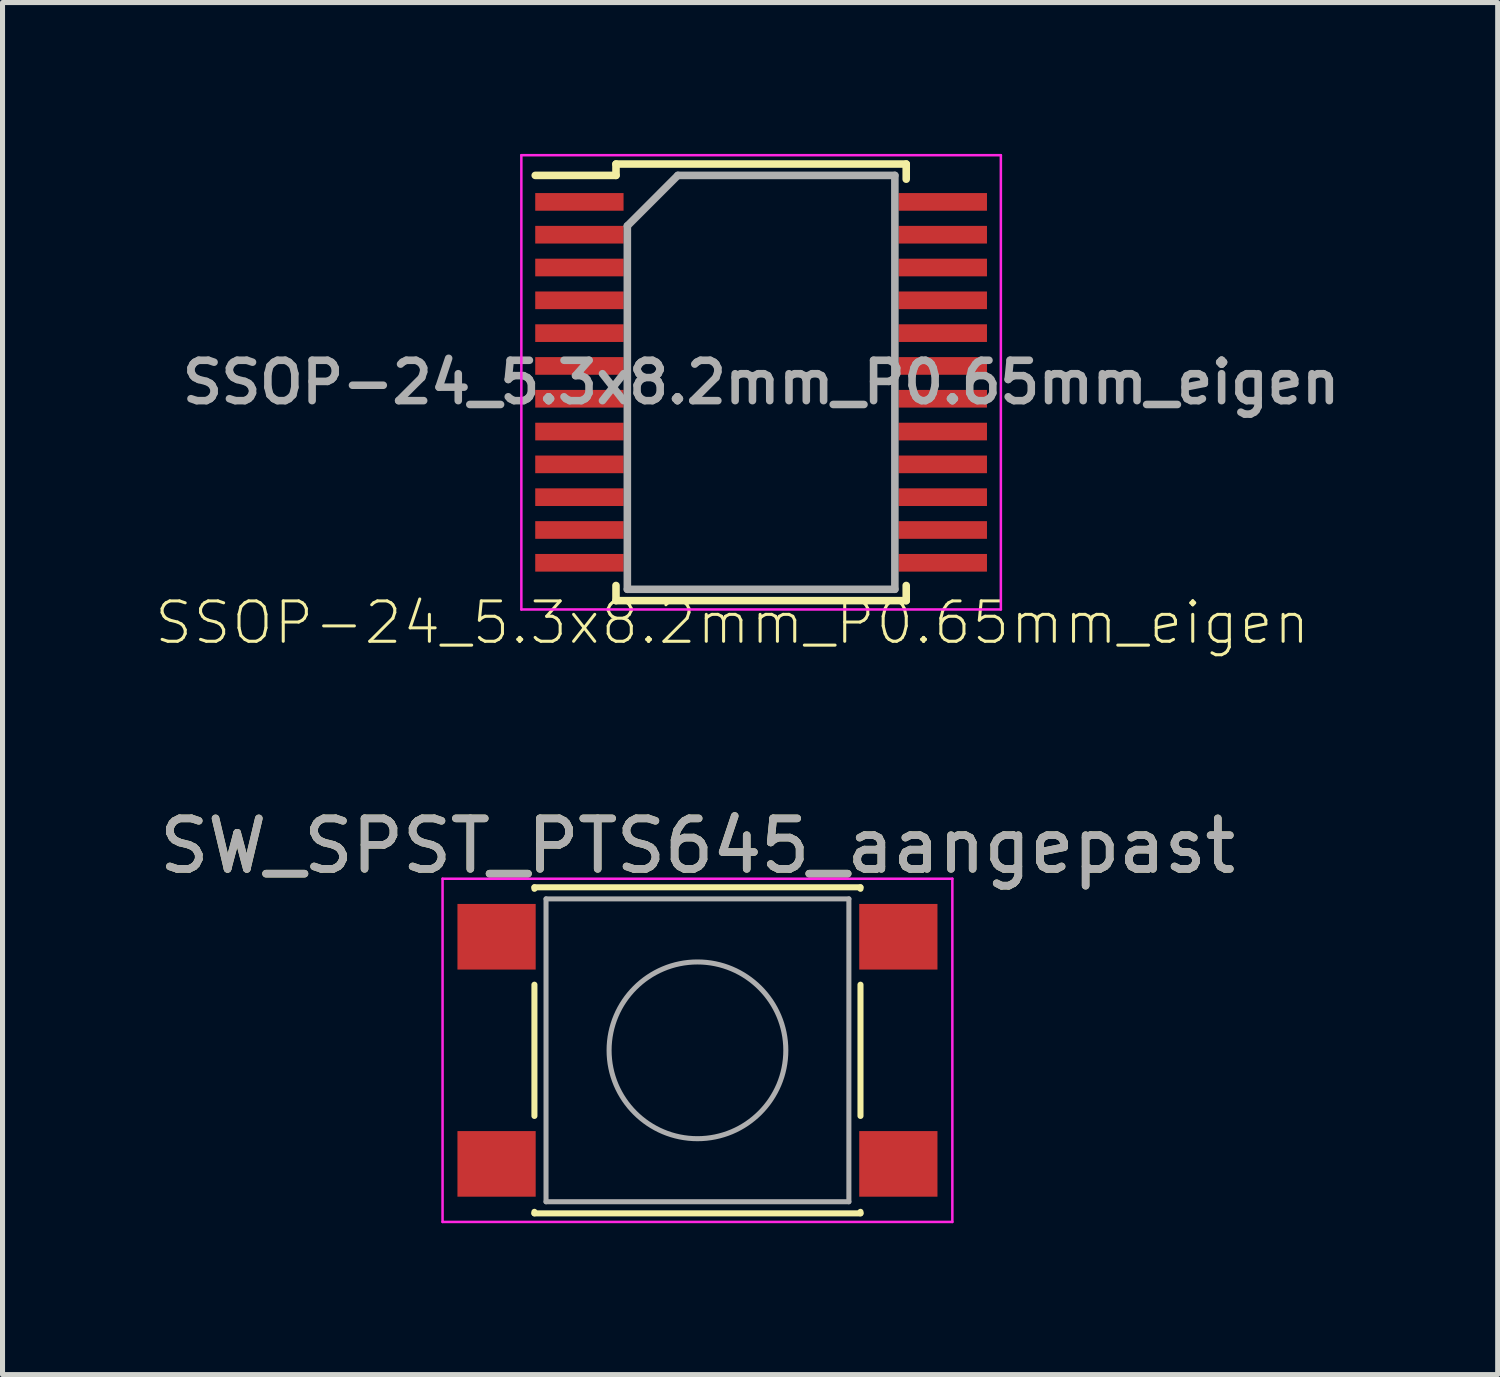
<source format=kicad_pcb>
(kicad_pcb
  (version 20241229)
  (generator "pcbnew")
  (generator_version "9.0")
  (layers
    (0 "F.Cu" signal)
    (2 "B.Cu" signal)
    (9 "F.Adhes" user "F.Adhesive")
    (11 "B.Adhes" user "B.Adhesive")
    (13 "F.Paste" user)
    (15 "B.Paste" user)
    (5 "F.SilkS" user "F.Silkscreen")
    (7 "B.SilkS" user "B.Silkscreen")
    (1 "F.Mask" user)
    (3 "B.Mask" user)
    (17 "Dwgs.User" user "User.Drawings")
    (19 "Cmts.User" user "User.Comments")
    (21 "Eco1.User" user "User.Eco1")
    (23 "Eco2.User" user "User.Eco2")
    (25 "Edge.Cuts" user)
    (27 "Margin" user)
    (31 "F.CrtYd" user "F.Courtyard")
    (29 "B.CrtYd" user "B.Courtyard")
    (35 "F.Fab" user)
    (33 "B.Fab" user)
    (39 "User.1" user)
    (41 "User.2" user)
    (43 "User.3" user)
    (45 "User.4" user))
  (footprint "SW_SPST_PTS645_aangepast"
    (layer "F.Cu")
    (at 10.768 17.759)
    (property "Reference" "SW_SPST_PTS645_aangepast" (at 0 -4.05 0) (layer "F.SilkS") (effects (font (size 1 1) (thickness 0.15))))
    (attr smd)
    (fp_line (start -3.23 -3.23) (end 3.23 -3.23) (stroke (width 0.12) (type solid)) (layer "F.SilkS"))
    (fp_line (start -3.23 -3.2) (end -3.23 -3.23) (stroke (width 0.12) (type solid)) (layer "F.SilkS"))
    (fp_line (start -3.23 -1.3) (end -3.23 1.3) (stroke (width 0.12) (type solid)) (layer "F.SilkS"))
    (fp_line (start -3.23 3.23) (end -3.23 3.2) (stroke (width 0.12) (type solid)) (layer "F.SilkS"))
    (fp_line (start -3.23 3.23) (end 3.23 3.23) (stroke (width 0.12) (type solid)) (layer "F.SilkS"))
    (fp_line (start 3.23 -3.23) (end 3.23 -3.2) (stroke (width 0.12) (type solid)) (layer "F.SilkS"))
    (fp_line (start 3.23 -1.3) (end 3.23 1.3) (stroke (width 0.12) (type solid)) (layer "F.SilkS"))
    (fp_line (start 3.23 3.23) (end 3.23 3.2) (stroke (width 0.12) (type solid)) (layer "F.SilkS"))
    (fp_line (start -5.05 -3.4) (end -5.05 3.4) (stroke (width 0.05) (type solid)) (layer "F.CrtYd"))
    (fp_line (start -5.05 -3.4) (end 5.05 -3.4) (stroke (width 0.05) (type solid)) (layer "F.CrtYd"))
    (fp_line (start -5.05 3.4) (end 5.05 3.4) (stroke (width 0.05) (type solid)) (layer "F.CrtYd"))
    (fp_line (start 5.05 3.4) (end 5.05 -3.4) (stroke (width 0.05) (type solid)) (layer "F.CrtYd"))
    (fp_line (start -3 -3) (end -3 3) (stroke (width 0.1) (type solid)) (layer "F.Fab"))
    (fp_line (start -3 3) (end 3 3) (stroke (width 0.1) (type solid)) (layer "F.Fab"))
    (fp_line (start 3 -3) (end -3 -3) (stroke (width 0.1) (type solid)) (layer "F.Fab"))
    (fp_line (start 3 3) (end 3 -3) (stroke (width 0.1) (type solid)) (layer "F.Fab"))
    (fp_circle (center 0 0) (end 1.75 -0.05) (stroke (width 0.1) (type solid)) (fill no) (layer "F.Fab"))
    (fp_text user "${REFERENCE}" (at 0 -4.05 0) (layer "F.Fab") (effects (font (size 1 1) (thickness 0.15))))
    (pad "1" smd rect (at -3.98 -2.25) (size 1.55 1.3) (layers "F.Cu" "F.Mask" "F.Paste"))
    (pad "2" smd rect (at -3.98 2.25) (size 1.55 1.3) (layers "F.Cu" "F.Mask" "F.Paste"))
    (pad "3" smd rect (at 3.98 -2.25) (size 1.55 1.3) (layers "F.Cu" "F.Mask" "F.Paste"))
    (pad "4" smd rect (at 3.98 2.25) (size 1.55 1.3) (layers "F.Cu" "F.Mask" "F.Paste")))
  (footprint "SSOP-24_5.3x8.2mm_P0.65mm_eigen"
    (layer "F.Cu")
    (at 12.029 4.525)
    (property "Reference" "SSOP-24_5.3x8.2mm_P0.65mm_eigen" (at -0.572 4.763 0) (layer "F.SilkS") (effects (font (size 0.8 0.8) (thickness 0.06))))
    (attr smd)
    (fp_line (start -2.875 -4.325) (end -2.875 -4.1) (stroke (width 0.15) (type solid)) (layer "F.SilkS"))
    (fp_line (start -2.875 -4.325) (end 2.875 -4.325) (stroke (width 0.15) (type solid)) (layer "F.SilkS"))
    (fp_line (start -2.875 -4.1) (end -4.475 -4.1) (stroke (width 0.15) (type solid)) (layer "F.SilkS"))
    (fp_line (start -2.875 4.325) (end -2.875 4.025) (stroke (width 0.15) (type solid)) (layer "F.SilkS"))
    (fp_line (start -2.875 4.325) (end 2.875 4.325) (stroke (width 0.15) (type solid)) (layer "F.SilkS"))
    (fp_line (start 2.875 -4.325) (end 2.875 -4.025) (stroke (width 0.15) (type solid)) (layer "F.SilkS"))
    (fp_line (start 2.875 4.325) (end 2.875 4.025) (stroke (width 0.15) (type solid)) (layer "F.SilkS"))
    (fp_line (start -4.75 -4.5) (end -4.75 4.5) (stroke (width 0.05) (type solid)) (layer "F.CrtYd"))
    (fp_line (start -4.75 -4.5) (end 4.75 -4.5) (stroke (width 0.05) (type solid)) (layer "F.CrtYd"))
    (fp_line (start -4.75 4.5) (end 4.75 4.5) (stroke (width 0.05) (type solid)) (layer "F.CrtYd"))
    (fp_line (start 4.75 -4.5) (end 4.75 4.5) (stroke (width 0.05) (type solid)) (layer "F.CrtYd"))
    (fp_line (start -2.65 -3.1) (end -1.65 -4.1) (stroke (width 0.15) (type solid)) (layer "F.Fab"))
    (fp_line (start -2.65 4.1) (end -2.65 -3.1) (stroke (width 0.15) (type solid)) (layer "F.Fab"))
    (fp_line (start -1.65 -4.1) (end 2.65 -4.1) (stroke (width 0.15) (type solid)) (layer "F.Fab"))
    (fp_line (start 2.65 -4.1) (end 2.65 4.1) (stroke (width 0.15) (type solid)) (layer "F.Fab"))
    (fp_line (start 2.65 4.1) (end -2.65 4.1) (stroke (width 0.15) (type solid)) (layer "F.Fab"))
    (fp_text user "${REFERENCE}" (at 0 0 0) (layer "F.Fab") (effects (font (size 0.8 0.8) (thickness 0.15))))
    (pad "1" smd rect (at -3.6 -3.575) (size 1.75 0.35) (layers "F.Cu" "F.Mask" "F.Paste"))
    (pad "2" smd rect (at -3.6 -2.925) (size 1.75 0.35) (layers "F.Cu" "F.Mask" "F.Paste"))
    (pad "3" smd rect (at -3.6 -2.275) (size 1.75 0.35) (layers "F.Cu" "F.Mask" "F.Paste"))
    (pad "4" smd rect (at -3.6 -1.625) (size 1.75 0.35) (layers "F.Cu" "F.Mask" "F.Paste"))
    (pad "5" smd rect (at -3.6 -0.975) (size 1.75 0.35) (layers "F.Cu" "F.Mask" "F.Paste"))
    (pad "6" smd rect (at -3.6 -0.325) (size 1.75 0.35) (layers "F.Cu" "F.Mask" "F.Paste"))
    (pad "7" smd rect (at -3.6 0.325) (size 1.75 0.35) (layers "F.Cu" "F.Mask" "F.Paste"))
    (pad "8" smd rect (at -3.6 0.975) (size 1.75 0.35) (layers "F.Cu" "F.Mask" "F.Paste"))
    (pad "9" smd rect (at -3.6 1.625) (size 1.75 0.35) (layers "F.Cu" "F.Mask" "F.Paste"))
    (pad "10" smd rect (at -3.6 2.275) (size 1.75 0.35) (layers "F.Cu" "F.Mask" "F.Paste"))
    (pad "11" smd rect (at -3.6 2.925) (size 1.75 0.35) (layers "F.Cu" "F.Mask" "F.Paste"))
    (pad "12" smd rect (at -3.6 3.575) (size 1.75 0.35) (layers "F.Cu" "F.Mask" "F.Paste"))
    (pad "13" smd rect (at 3.6 3.575) (size 1.75 0.35) (layers "F.Cu" "F.Mask" "F.Paste"))
    (pad "14" smd rect (at 3.6 2.925) (size 1.75 0.35) (layers "F.Cu" "F.Mask" "F.Paste"))
    (pad "15" smd rect (at 3.6 2.275) (size 1.75 0.35) (layers "F.Cu" "F.Mask" "F.Paste"))
    (pad "16" smd rect (at 3.6 1.625) (size 1.75 0.35) (layers "F.Cu" "F.Mask" "F.Paste"))
    (pad "17" smd rect (at 3.6 0.975) (size 1.75 0.35) (layers "F.Cu" "F.Mask" "F.Paste"))
    (pad "18" smd rect (at 3.6 0.325) (size 1.75 0.35) (layers "F.Cu" "F.Mask" "F.Paste"))
    (pad "19" smd rect (at 3.6 -0.325) (size 1.75 0.35) (layers "F.Cu" "F.Mask" "F.Paste"))
    (pad "20" smd rect (at 3.6 -0.975) (size 1.75 0.35) (layers "F.Cu" "F.Mask" "F.Paste"))
    (pad "21" smd rect (at 3.6 -1.625) (size 1.75 0.35) (layers "F.Cu" "F.Mask" "F.Paste"))
    (pad "22" smd rect (at 3.6 -2.275) (size 1.75 0.35) (layers "F.Cu" "F.Mask" "F.Paste"))
    (pad "23" smd rect (at 3.6 -2.925) (size 1.75 0.35) (layers "F.Cu" "F.Mask" "F.Paste"))
    (pad "24" smd rect (at 3.6 -3.575) (size 1.75 0.35) (layers "F.Cu" "F.Mask" "F.Paste")))
  (gr_rect
    (start -3 -3)
    (end 26.622 24.184)
    (stroke (width 0.1) (type default))
    (fill no)
    (layer "Edge.Cuts")))
</source>
